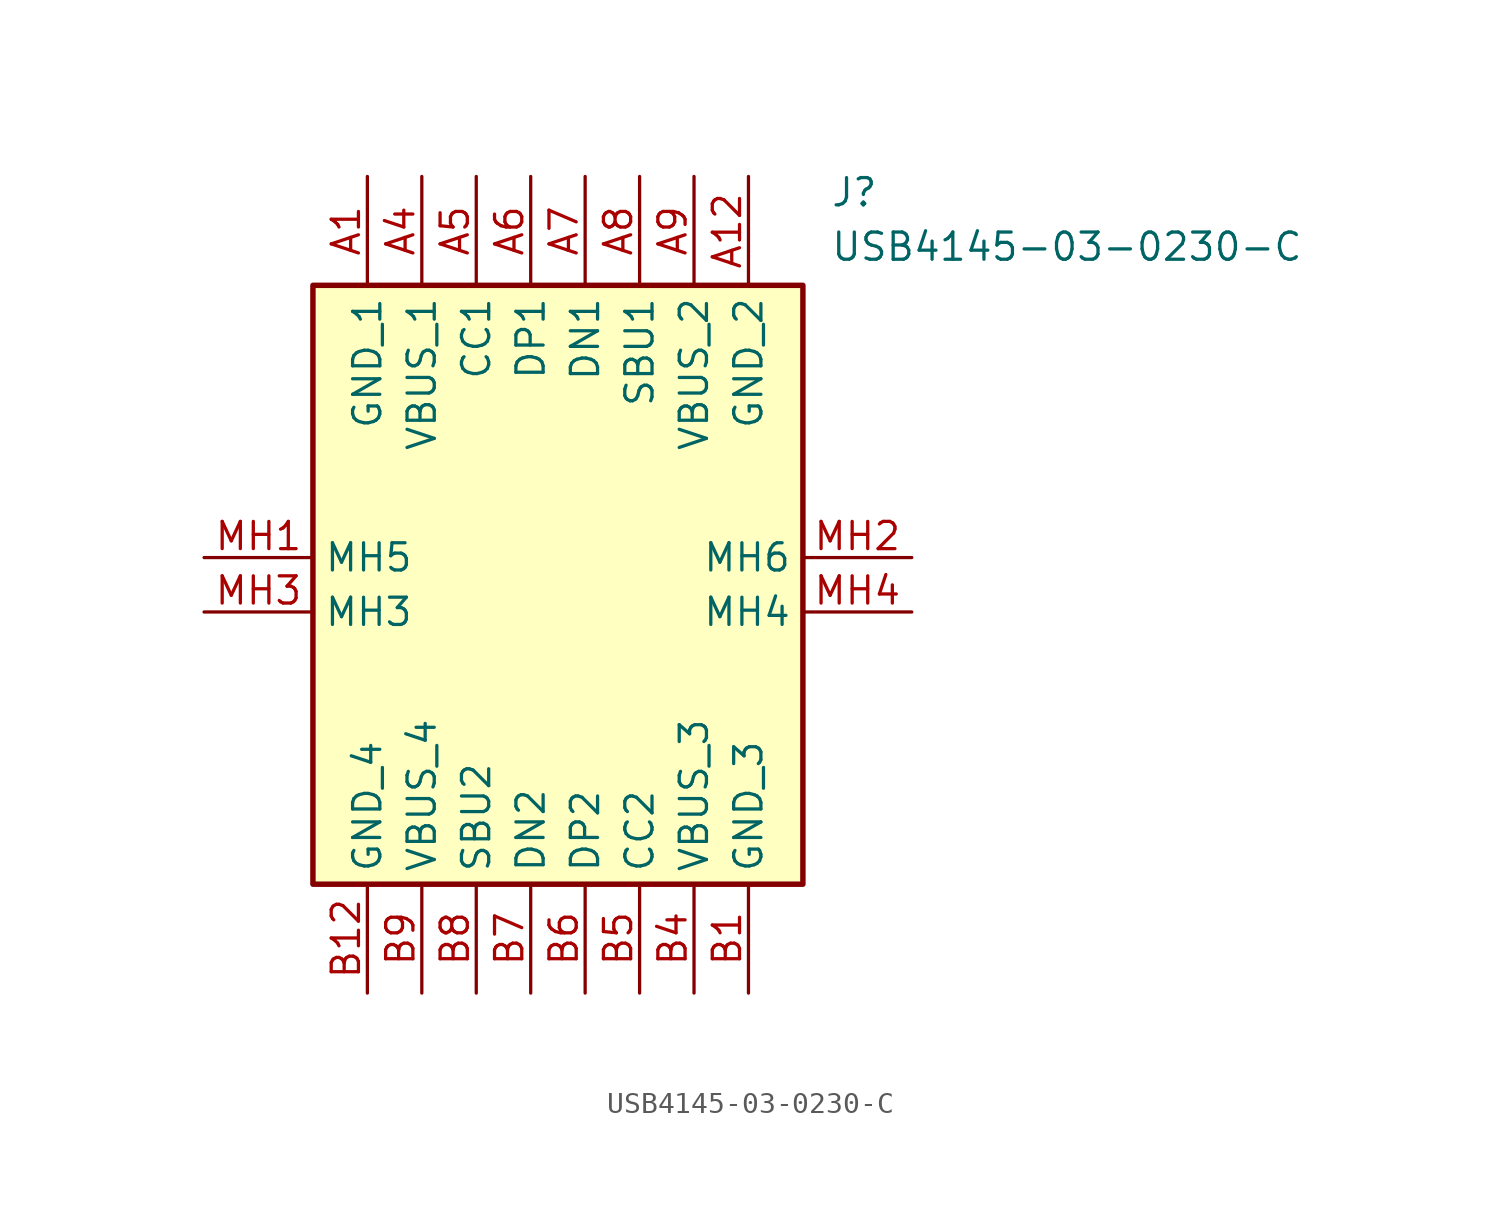
<source format=kicad_sym>
(kicad_symbol_lib
  (version 20231120)
  (generator "kicad_symbol_editor")
  (generator_version "8.0")
  (symbol "USB4145-03-0230-C"
    (property "Reference" "J"
      (at 29.21 17.78 0)
      (effects (font (size 1.27 1.27)) (justify left top)))
    (property "Value" "USB4145-03-0230-C"
      (at 29.21 15.24 0)
      (effects (font (size 1.27 1.27)) (justify left top)))
    (symbol "USB4145-03-0230-C_1_1"
      (rectangle (start 5.08 12.7) (end 27.94 -15.24) (stroke (width 0.254) (type default)) (fill (type background)))
      (pin passive line (at 7.62 17.78 270) (length 5.08) (name "GND_1" (effects (font (size 1.27 1.27)))) (number "A1" (effects (font (size 1.27 1.27)))))
      (pin passive line (at 25.4 17.78 270) (length 5.08) (name "GND_2" (effects (font (size 1.27 1.27)))) (number "A12" (effects (font (size 1.27 1.27)))))
      (pin passive line (at 10.16 17.78 270) (length 5.08) (name "VBUS_1" (effects (font (size 1.27 1.27)))) (number "A4" (effects (font (size 1.27 1.27)))))
      (pin passive line (at 12.7 17.78 270) (length 5.08) (name "CC1" (effects (font (size 1.27 1.27)))) (number "A5" (effects (font (size 1.27 1.27)))))
      (pin passive line (at 15.24 17.78 270) (length 5.08) (name "DP1" (effects (font (size 1.27 1.27)))) (number "A6" (effects (font (size 1.27 1.27)))))
      (pin passive line (at 17.78 17.78 270) (length 5.08) (name "DN1" (effects (font (size 1.27 1.27)))) (number "A7" (effects (font (size 1.27 1.27)))))
      (pin passive line (at 20.32 17.78 270) (length 5.08) (name "SBU1" (effects (font (size 1.27 1.27)))) (number "A8" (effects (font (size 1.27 1.27)))))
      (pin passive line (at 22.86 17.78 270) (length 5.08) (name "VBUS_2" (effects (font (size 1.27 1.27)))) (number "A9" (effects (font (size 1.27 1.27)))))
      (pin passive line (at 25.4 -20.32 90) (length 5.08) (name "GND_3" (effects (font (size 1.27 1.27)))) (number "B1" (effects (font (size 1.27 1.27)))))
      (pin passive line (at 7.62 -20.32 90) (length 5.08) (name "GND_4" (effects (font (size 1.27 1.27)))) (number "B12" (effects (font (size 1.27 1.27)))))
      (pin passive line (at 22.86 -20.32 90) (length 5.08) (name "VBUS_3" (effects (font (size 1.27 1.27)))) (number "B4" (effects (font (size 1.27 1.27)))))
      (pin passive line (at 20.32 -20.32 90) (length 5.08) (name "CC2" (effects (font (size 1.27 1.27)))) (number "B5" (effects (font (size 1.27 1.27)))))
      (pin passive line (at 17.78 -20.32 90) (length 5.08) (name "DP2" (effects (font (size 1.27 1.27)))) (number "B6" (effects (font (size 1.27 1.27)))))
      (pin passive line (at 15.24 -20.32 90) (length 5.08) (name "DN2" (effects (font (size 1.27 1.27)))) (number "B7" (effects (font (size 1.27 1.27)))))
      (pin passive line (at 12.7 -20.32 90) (length 5.08) (name "SBU2" (effects (font (size 1.27 1.27)))) (number "B8" (effects (font (size 1.27 1.27)))))
      (pin passive line (at 10.16 -20.32 90) (length 5.08) (name "VBUS_4" (effects (font (size 1.27 1.27)))) (number "B9" (effects (font (size 1.27 1.27)))))
      (pin passive line (at 0 0 0) (length 5.08) (name "MH5" (effects (font (size 1.27 1.27)))) (number "MH1" (effects (font (size 1.27 1.27)))))
      (pin passive line (at 33.02 0 180) (length 5.08) (name "MH6" (effects (font (size 1.27 1.27)))) (number "MH2" (effects (font (size 1.27 1.27)))))
      (pin passive line (at 0 -2.54 0) (length 5.08) (name "MH3" (effects (font (size 1.27 1.27)))) (number "MH3" (effects (font (size 1.27 1.27)))))
      (pin passive line (at 33.02 -2.54 180) (length 5.08) (name "MH4" (effects (font (size 1.27 1.27)))) (number "MH4" (effects (font (size 1.27 1.27))))))))
</source>
